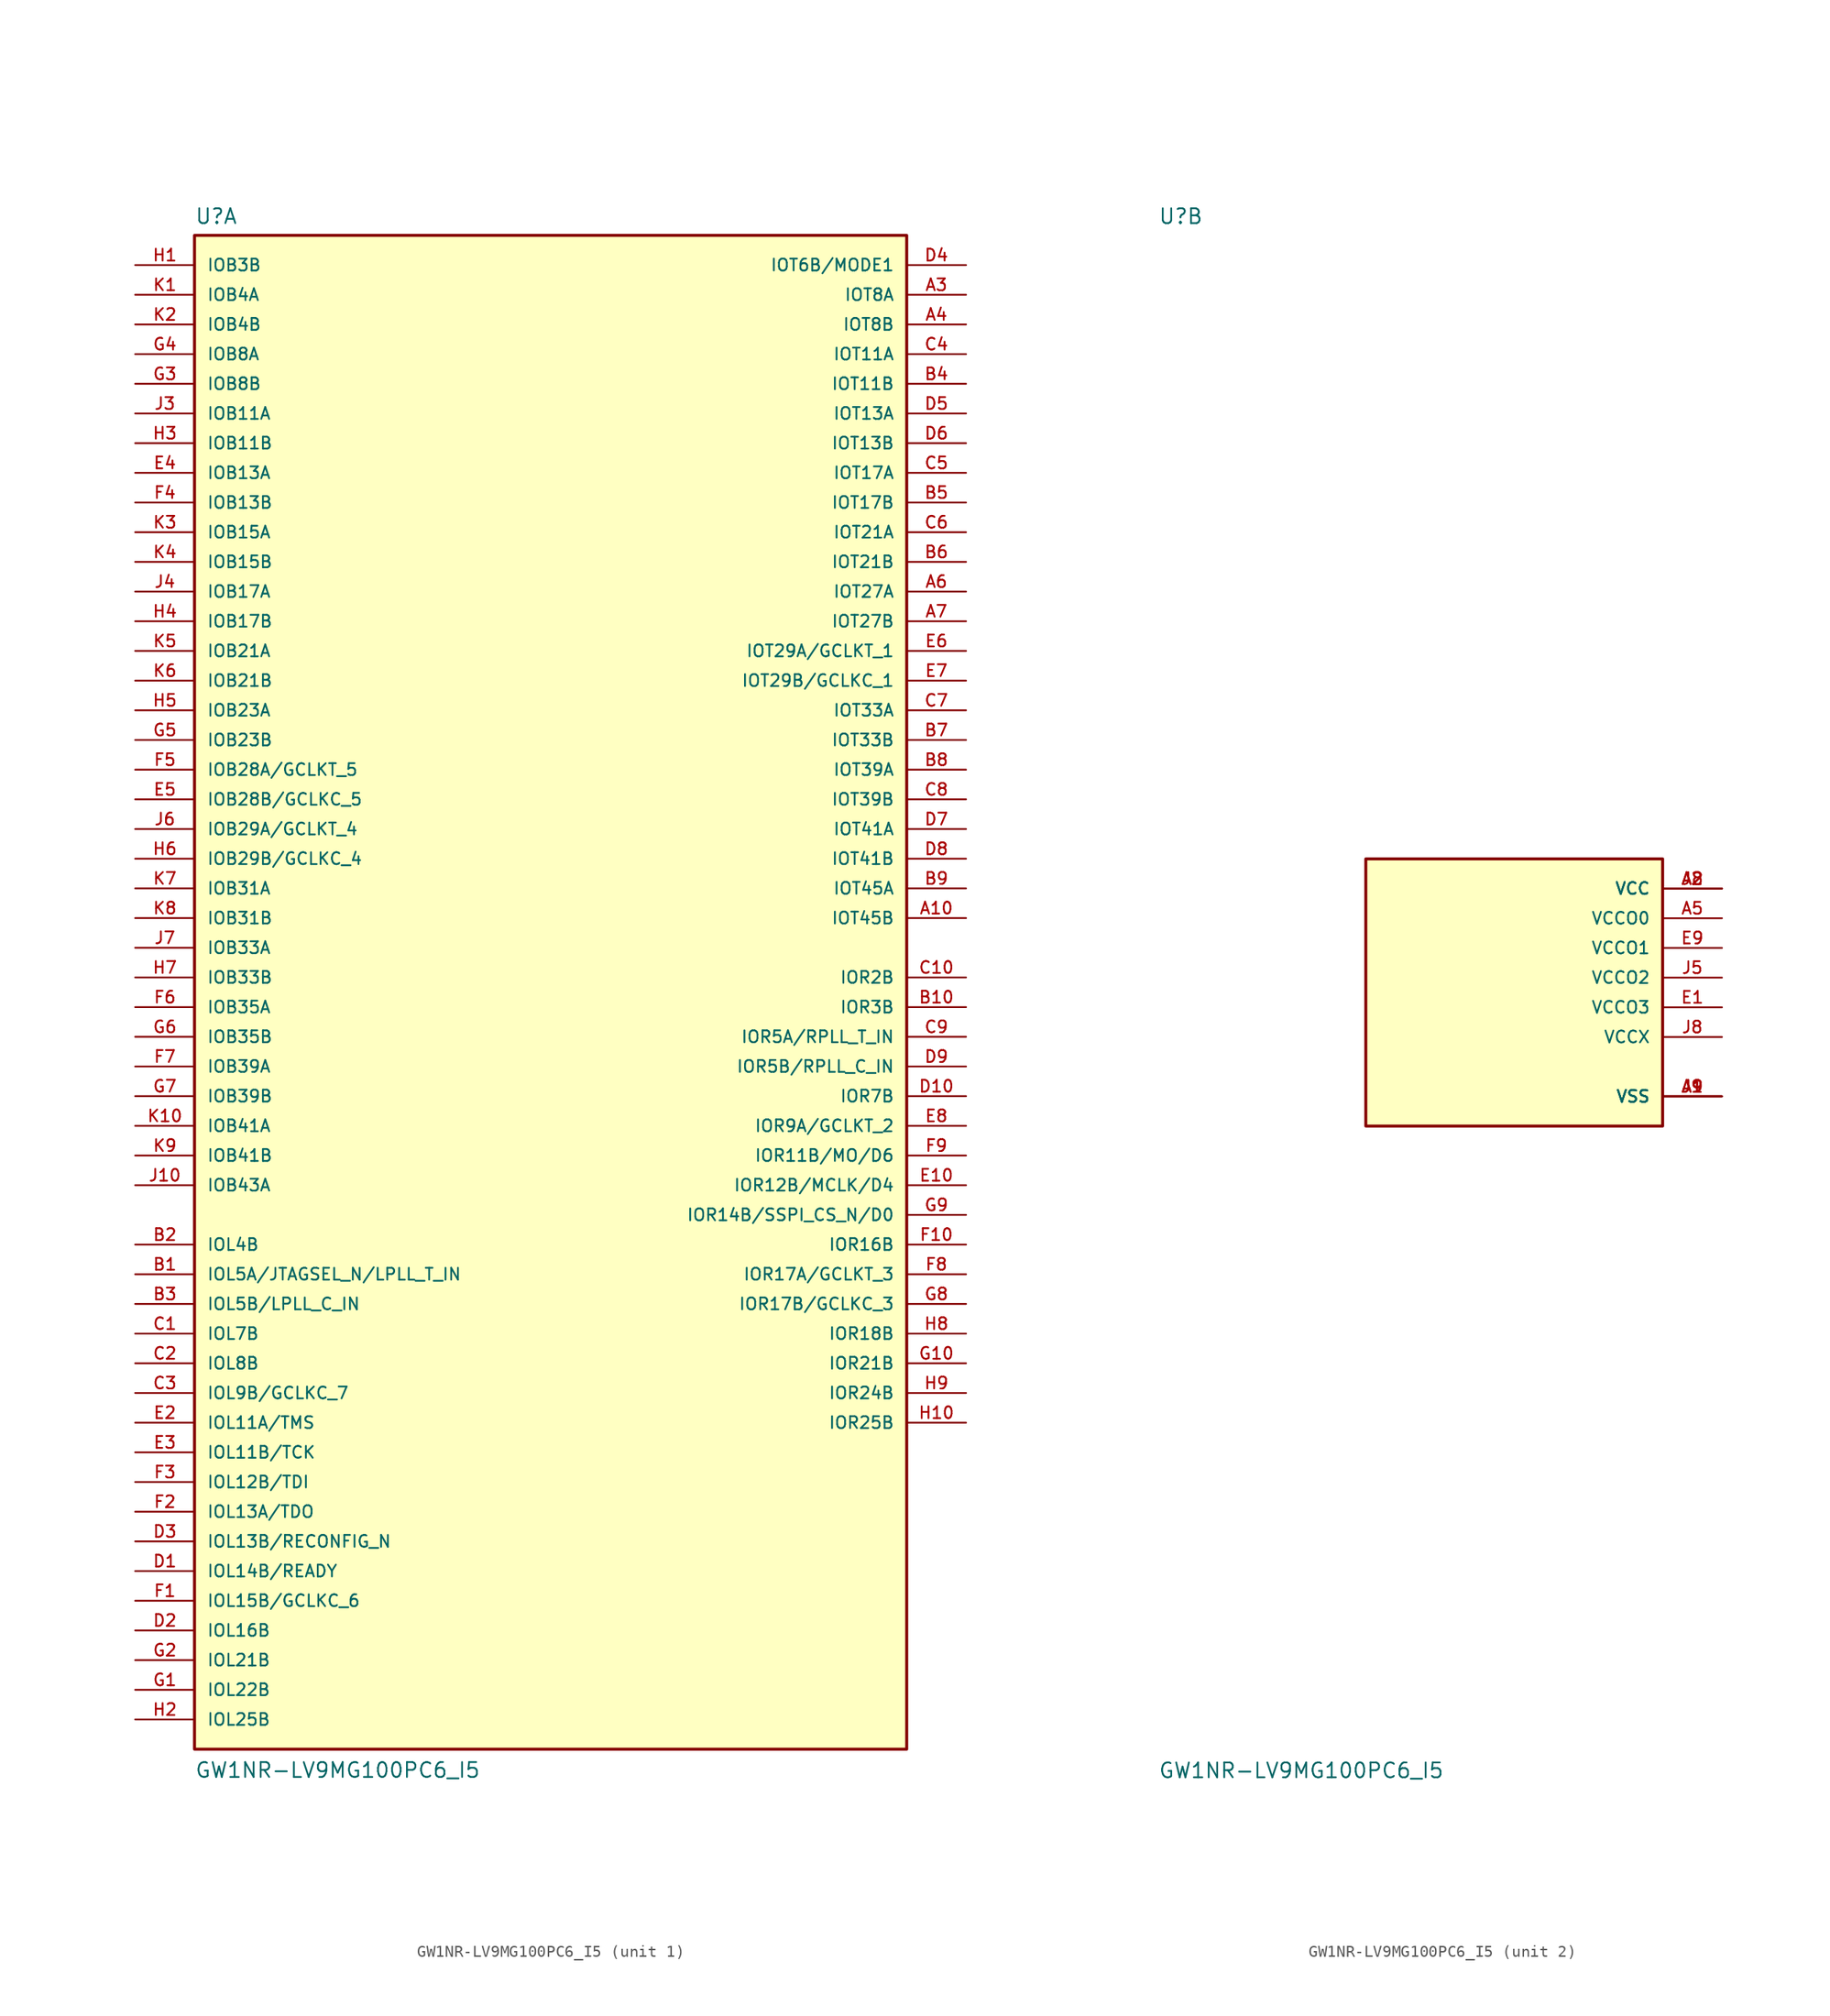
<source format=kicad_sym>
(kicad_symbol_lib
  (version 20241209)
  (generator "kicad_symbol_editor")
  (generator_version "9.0")
  (symbol "GW1NR-LV9MG100PC6_I5"
    (pin_names
      (offset 1.016))
    (property "Reference" "U"
      (at -30.48 64.389 0)
      (effects (font (size 1.27 1.27)) (justify left bottom)))
    (property "Value" "GW1NR-LV9MG100PC6_I5"
      (at -30.48 -68.58 0)
      (effects (font (size 1.27 1.27)) (justify left bottom)))
    (symbol "GW1NR-LV9MG100PC6_I5_1_0"
      (rectangle (start -30.48 -66.04) (end 30.48 63.5) (stroke (width 0.254) (type default)) (fill (type background)))
      (pin bidirectional line (at -35.56 60.96 0) (length 5.08) (name "IOB3B" (effects (font (size 1.016 1.016)))) (number "H1" (effects (font (size 1.016 1.016)))))
      (pin bidirectional line (at -35.56 58.42 0) (length 5.08) (name "IOB4A" (effects (font (size 1.016 1.016)))) (number "K1" (effects (font (size 1.016 1.016)))))
      (pin bidirectional line (at -35.56 55.88 0) (length 5.08) (name "IOB4B" (effects (font (size 1.016 1.016)))) (number "K2" (effects (font (size 1.016 1.016)))))
      (pin bidirectional line (at -35.56 53.34 0) (length 5.08) (name "IOB8A" (effects (font (size 1.016 1.016)))) (number "G4" (effects (font (size 1.016 1.016)))))
      (pin bidirectional line (at -35.56 50.8 0) (length 5.08) (name "IOB8B" (effects (font (size 1.016 1.016)))) (number "G3" (effects (font (size 1.016 1.016)))))
      (pin bidirectional line (at -35.56 48.26 0) (length 5.08) (name "IOB11A" (effects (font (size 1.016 1.016)))) (number "J3" (effects (font (size 1.016 1.016)))))
      (pin bidirectional line (at -35.56 45.72 0) (length 5.08) (name "IOB11B" (effects (font (size 1.016 1.016)))) (number "H3" (effects (font (size 1.016 1.016)))))
      (pin bidirectional line (at -35.56 43.18 0) (length 5.08) (name "IOB13A" (effects (font (size 1.016 1.016)))) (number "E4" (effects (font (size 1.016 1.016)))))
      (pin bidirectional line (at -35.56 40.64 0) (length 5.08) (name "IOB13B" (effects (font (size 1.016 1.016)))) (number "F4" (effects (font (size 1.016 1.016)))))
      (pin bidirectional line (at -35.56 38.1 0) (length 5.08) (name "IOB15A" (effects (font (size 1.016 1.016)))) (number "K3" (effects (font (size 1.016 1.016)))))
      (pin bidirectional line (at -35.56 35.56 0) (length 5.08) (name "IOB15B" (effects (font (size 1.016 1.016)))) (number "K4" (effects (font (size 1.016 1.016)))))
      (pin bidirectional line (at -35.56 33.02 0) (length 5.08) (name "IOB17A" (effects (font (size 1.016 1.016)))) (number "J4" (effects (font (size 1.016 1.016)))))
      (pin bidirectional line (at -35.56 30.48 0) (length 5.08) (name "IOB17B" (effects (font (size 1.016 1.016)))) (number "H4" (effects (font (size 1.016 1.016)))))
      (pin bidirectional line (at -35.56 27.94 0) (length 5.08) (name "IOB21A" (effects (font (size 1.016 1.016)))) (number "K5" (effects (font (size 1.016 1.016)))))
      (pin bidirectional line (at -35.56 25.4 0) (length 5.08) (name "IOB21B" (effects (font (size 1.016 1.016)))) (number "K6" (effects (font (size 1.016 1.016)))))
      (pin bidirectional line (at -35.56 22.86 0) (length 5.08) (name "IOB23A" (effects (font (size 1.016 1.016)))) (number "H5" (effects (font (size 1.016 1.016)))))
      (pin bidirectional line (at -35.56 20.32 0) (length 5.08) (name "IOB23B" (effects (font (size 1.016 1.016)))) (number "G5" (effects (font (size 1.016 1.016)))))
      (pin bidirectional line (at -35.56 17.78 0) (length 5.08) (name "IOB28A/GCLKT_5" (effects (font (size 1.016 1.016)))) (number "F5" (effects (font (size 1.016 1.016)))))
      (pin bidirectional line (at -35.56 15.24 0) (length 5.08) (name "IOB28B/GCLKC_5" (effects (font (size 1.016 1.016)))) (number "E5" (effects (font (size 1.016 1.016)))))
      (pin bidirectional line (at -35.56 12.7 0) (length 5.08) (name "IOB29A/GCLKT_4" (effects (font (size 1.016 1.016)))) (number "J6" (effects (font (size 1.016 1.016)))))
      (pin bidirectional line (at -35.56 10.16 0) (length 5.08) (name "IOB29B/GCLKC_4" (effects (font (size 1.016 1.016)))) (number "H6" (effects (font (size 1.016 1.016)))))
      (pin bidirectional line (at -35.56 7.62 0) (length 5.08) (name "IOB31A" (effects (font (size 1.016 1.016)))) (number "K7" (effects (font (size 1.016 1.016)))))
      (pin bidirectional line (at -35.56 5.08 0) (length 5.08) (name "IOB31B" (effects (font (size 1.016 1.016)))) (number "K8" (effects (font (size 1.016 1.016)))))
      (pin bidirectional line (at -35.56 2.54 0) (length 5.08) (name "IOB33A" (effects (font (size 1.016 1.016)))) (number "J7" (effects (font (size 1.016 1.016)))))
      (pin bidirectional line (at -35.56 0 0) (length 5.08) (name "IOB33B" (effects (font (size 1.016 1.016)))) (number "H7" (effects (font (size 1.016 1.016)))))
      (pin bidirectional line (at -35.56 -2.54 0) (length 5.08) (name "IOB35A" (effects (font (size 1.016 1.016)))) (number "F6" (effects (font (size 1.016 1.016)))))
      (pin bidirectional line (at -35.56 -5.08 0) (length 5.08) (name "IOB35B" (effects (font (size 1.016 1.016)))) (number "G6" (effects (font (size 1.016 1.016)))))
      (pin bidirectional line (at -35.56 -7.62 0) (length 5.08) (name "IOB39A" (effects (font (size 1.016 1.016)))) (number "F7" (effects (font (size 1.016 1.016)))))
      (pin bidirectional line (at -35.56 -10.16 0) (length 5.08) (name "IOB39B" (effects (font (size 1.016 1.016)))) (number "G7" (effects (font (size 1.016 1.016)))))
      (pin bidirectional line (at -35.56 -12.7 0) (length 5.08) (name "IOB41A" (effects (font (size 1.016 1.016)))) (number "K10" (effects (font (size 1.016 1.016)))))
      (pin bidirectional line (at -35.56 -15.24 0) (length 5.08) (name "IOB41B" (effects (font (size 1.016 1.016)))) (number "K9" (effects (font (size 1.016 1.016)))))
      (pin bidirectional line (at -35.56 -17.78 0) (length 5.08) (name "IOB43A" (effects (font (size 1.016 1.016)))) (number "J10" (effects (font (size 1.016 1.016)))))
      (pin bidirectional line (at -35.56 -22.86 0) (length 5.08) (name "IOL4B" (effects (font (size 1.016 1.016)))) (number "B2" (effects (font (size 1.016 1.016)))))
      (pin bidirectional line (at -35.56 -25.4 0) (length 5.08) (name "IOL5A/JTAGSEL_N/LPLL_T_IN" (effects (font (size 1.016 1.016)))) (number "B1" (effects (font (size 1.016 1.016)))))
      (pin bidirectional line (at -35.56 -27.94 0) (length 5.08) (name "IOL5B/LPLL_C_IN" (effects (font (size 1.016 1.016)))) (number "B3" (effects (font (size 1.016 1.016)))))
      (pin bidirectional line (at -35.56 -30.48 0) (length 5.08) (name "IOL7B" (effects (font (size 1.016 1.016)))) (number "C1" (effects (font (size 1.016 1.016)))))
      (pin bidirectional line (at -35.56 -33.02 0) (length 5.08) (name "IOL8B" (effects (font (size 1.016 1.016)))) (number "C2" (effects (font (size 1.016 1.016)))))
      (pin bidirectional line (at -35.56 -35.56 0) (length 5.08) (name "IOL9B/GCLKC_7" (effects (font (size 1.016 1.016)))) (number "C3" (effects (font (size 1.016 1.016)))))
      (pin bidirectional line (at -35.56 -38.1 0) (length 5.08) (name "IOL11A/TMS" (effects (font (size 1.016 1.016)))) (number "E2" (effects (font (size 1.016 1.016)))))
      (pin bidirectional line (at -35.56 -40.64 0) (length 5.08) (name "IOL11B/TCK" (effects (font (size 1.016 1.016)))) (number "E3" (effects (font (size 1.016 1.016)))))
      (pin bidirectional line (at -35.56 -43.18 0) (length 5.08) (name "IOL12B/TDI" (effects (font (size 1.016 1.016)))) (number "F3" (effects (font (size 1.016 1.016)))))
      (pin bidirectional line (at -35.56 -45.72 0) (length 5.08) (name "IOL13A/TDO" (effects (font (size 1.016 1.016)))) (number "F2" (effects (font (size 1.016 1.016)))))
      (pin bidirectional line (at -35.56 -48.26 0) (length 5.08) (name "IOL13B/RECONFIG_N" (effects (font (size 1.016 1.016)))) (number "D3" (effects (font (size 1.016 1.016)))))
      (pin bidirectional line (at -35.56 -50.8 0) (length 5.08) (name "IOL14B/READY" (effects (font (size 1.016 1.016)))) (number "D1" (effects (font (size 1.016 1.016)))))
      (pin bidirectional line (at -35.56 -53.34 0) (length 5.08) (name "IOL15B/GCLKC_6" (effects (font (size 1.016 1.016)))) (number "F1" (effects (font (size 1.016 1.016)))))
      (pin bidirectional line (at -35.56 -55.88 0) (length 5.08) (name "IOL16B" (effects (font (size 1.016 1.016)))) (number "D2" (effects (font (size 1.016 1.016)))))
      (pin bidirectional line (at -35.56 -58.42 0) (length 5.08) (name "IOL21B" (effects (font (size 1.016 1.016)))) (number "G2" (effects (font (size 1.016 1.016)))))
      (pin bidirectional line (at -35.56 -60.96 0) (length 5.08) (name "IOL22B" (effects (font (size 1.016 1.016)))) (number "G1" (effects (font (size 1.016 1.016)))))
      (pin bidirectional line (at -35.56 -63.5 0) (length 5.08) (name "IOL25B" (effects (font (size 1.016 1.016)))) (number "H2" (effects (font (size 1.016 1.016)))))
      (pin bidirectional line (at 35.56 60.96 180) (length 5.08) (name "IOT6B/MODE1" (effects (font (size 1.016 1.016)))) (number "D4" (effects (font (size 1.016 1.016)))))
      (pin bidirectional line (at 35.56 58.42 180) (length 5.08) (name "IOT8A" (effects (font (size 1.016 1.016)))) (number "A3" (effects (font (size 1.016 1.016)))))
      (pin bidirectional line (at 35.56 55.88 180) (length 5.08) (name "IOT8B" (effects (font (size 1.016 1.016)))) (number "A4" (effects (font (size 1.016 1.016)))))
      (pin bidirectional line (at 35.56 53.34 180) (length 5.08) (name "IOT11A" (effects (font (size 1.016 1.016)))) (number "C4" (effects (font (size 1.016 1.016)))))
      (pin bidirectional line (at 35.56 50.8 180) (length 5.08) (name "IOT11B" (effects (font (size 1.016 1.016)))) (number "B4" (effects (font (size 1.016 1.016)))))
      (pin bidirectional line (at 35.56 48.26 180) (length 5.08) (name "IOT13A" (effects (font (size 1.016 1.016)))) (number "D5" (effects (font (size 1.016 1.016)))))
      (pin bidirectional line (at 35.56 45.72 180) (length 5.08) (name "IOT13B" (effects (font (size 1.016 1.016)))) (number "D6" (effects (font (size 1.016 1.016)))))
      (pin bidirectional line (at 35.56 43.18 180) (length 5.08) (name "IOT17A" (effects (font (size 1.016 1.016)))) (number "C5" (effects (font (size 1.016 1.016)))))
      (pin bidirectional line (at 35.56 40.64 180) (length 5.08) (name "IOT17B" (effects (font (size 1.016 1.016)))) (number "B5" (effects (font (size 1.016 1.016)))))
      (pin bidirectional line (at 35.56 38.1 180) (length 5.08) (name "IOT21A" (effects (font (size 1.016 1.016)))) (number "C6" (effects (font (size 1.016 1.016)))))
      (pin bidirectional line (at 35.56 35.56 180) (length 5.08) (name "IOT21B" (effects (font (size 1.016 1.016)))) (number "B6" (effects (font (size 1.016 1.016)))))
      (pin bidirectional line (at 35.56 33.02 180) (length 5.08) (name "IOT27A" (effects (font (size 1.016 1.016)))) (number "A6" (effects (font (size 1.016 1.016)))))
      (pin bidirectional line (at 35.56 30.48 180) (length 5.08) (name "IOT27B" (effects (font (size 1.016 1.016)))) (number "A7" (effects (font (size 1.016 1.016)))))
      (pin bidirectional line (at 35.56 27.94 180) (length 5.08) (name "IOT29A/GCLKT_1" (effects (font (size 1.016 1.016)))) (number "E6" (effects (font (size 1.016 1.016)))))
      (pin bidirectional line (at 35.56 25.4 180) (length 5.08) (name "IOT29B/GCLKC_1" (effects (font (size 1.016 1.016)))) (number "E7" (effects (font (size 1.016 1.016)))))
      (pin bidirectional line (at 35.56 22.86 180) (length 5.08) (name "IOT33A" (effects (font (size 1.016 1.016)))) (number "C7" (effects (font (size 1.016 1.016)))))
      (pin bidirectional line (at 35.56 20.32 180) (length 5.08) (name "IOT33B" (effects (font (size 1.016 1.016)))) (number "B7" (effects (font (size 1.016 1.016)))))
      (pin bidirectional line (at 35.56 17.78 180) (length 5.08) (name "IOT39A" (effects (font (size 1.016 1.016)))) (number "B8" (effects (font (size 1.016 1.016)))))
      (pin bidirectional line (at 35.56 15.24 180) (length 5.08) (name "IOT39B" (effects (font (size 1.016 1.016)))) (number "C8" (effects (font (size 1.016 1.016)))))
      (pin bidirectional line (at 35.56 12.7 180) (length 5.08) (name "IOT41A" (effects (font (size 1.016 1.016)))) (number "D7" (effects (font (size 1.016 1.016)))))
      (pin bidirectional line (at 35.56 10.16 180) (length 5.08) (name "IOT41B" (effects (font (size 1.016 1.016)))) (number "D8" (effects (font (size 1.016 1.016)))))
      (pin bidirectional line (at 35.56 7.62 180) (length 5.08) (name "IOT45A" (effects (font (size 1.016 1.016)))) (number "B9" (effects (font (size 1.016 1.016)))))
      (pin bidirectional line (at 35.56 5.08 180) (length 5.08) (name "IOT45B" (effects (font (size 1.016 1.016)))) (number "A10" (effects (font (size 1.016 1.016)))))
      (pin bidirectional line (at 35.56 0 180) (length 5.08) (name "IOR2B" (effects (font (size 1.016 1.016)))) (number "C10" (effects (font (size 1.016 1.016)))))
      (pin bidirectional line (at 35.56 -2.54 180) (length 5.08) (name "IOR3B" (effects (font (size 1.016 1.016)))) (number "B10" (effects (font (size 1.016 1.016)))))
      (pin bidirectional line (at 35.56 -5.08 180) (length 5.08) (name "IOR5A/RPLL_T_IN" (effects (font (size 1.016 1.016)))) (number "C9" (effects (font (size 1.016 1.016)))))
      (pin bidirectional line (at 35.56 -7.62 180) (length 5.08) (name "IOR5B/RPLL_C_IN" (effects (font (size 1.016 1.016)))) (number "D9" (effects (font (size 1.016 1.016)))))
      (pin bidirectional line (at 35.56 -10.16 180) (length 5.08) (name "IOR7B" (effects (font (size 1.016 1.016)))) (number "D10" (effects (font (size 1.016 1.016)))))
      (pin bidirectional line (at 35.56 -12.7 180) (length 5.08) (name "IOR9A/GCLKT_2" (effects (font (size 1.016 1.016)))) (number "E8" (effects (font (size 1.016 1.016)))))
      (pin bidirectional line (at 35.56 -15.24 180) (length 5.08) (name "IOR11B/MO/D6" (effects (font (size 1.016 1.016)))) (number "F9" (effects (font (size 1.016 1.016)))))
      (pin bidirectional line (at 35.56 -17.78 180) (length 5.08) (name "IOR12B/MCLK/D4" (effects (font (size 1.016 1.016)))) (number "E10" (effects (font (size 1.016 1.016)))))
      (pin bidirectional line (at 35.56 -20.32 180) (length 5.08) (name "IOR14B/SSPI_CS_N/D0" (effects (font (size 1.016 1.016)))) (number "G9" (effects (font (size 1.016 1.016)))))
      (pin bidirectional line (at 35.56 -22.86 180) (length 5.08) (name "IOR16B" (effects (font (size 1.016 1.016)))) (number "F10" (effects (font (size 1.016 1.016)))))
      (pin bidirectional line (at 35.56 -25.4 180) (length 5.08) (name "IOR17A/GCLKT_3" (effects (font (size 1.016 1.016)))) (number "F8" (effects (font (size 1.016 1.016)))))
      (pin bidirectional line (at 35.56 -27.94 180) (length 5.08) (name "IOR17B/GCLKC_3" (effects (font (size 1.016 1.016)))) (number "G8" (effects (font (size 1.016 1.016)))))
      (pin bidirectional line (at 35.56 -30.48 180) (length 5.08) (name "IOR18B" (effects (font (size 1.016 1.016)))) (number "H8" (effects (font (size 1.016 1.016)))))
      (pin bidirectional line (at 35.56 -33.02 180) (length 5.08) (name "IOR21B" (effects (font (size 1.016 1.016)))) (number "G10" (effects (font (size 1.016 1.016)))))
      (pin bidirectional line (at 35.56 -35.56 180) (length 5.08) (name "IOR24B" (effects (font (size 1.016 1.016)))) (number "H9" (effects (font (size 1.016 1.016)))))
      (pin bidirectional line (at 35.56 -38.1 180) (length 5.08) (name "IOR25B" (effects (font (size 1.016 1.016)))) (number "H10" (effects (font (size 1.016 1.016))))))
    (symbol "GW1NR-LV9MG100PC6_I5_2_0"
      (rectangle (start -12.7 -12.7) (end 12.7 10.16) (stroke (width 0.254) (type default)) (fill (type background)))
      (pin power_in line (at 17.78 7.62 180) (length 5.08) (name "VCC" (effects (font (size 1.016 1.016)))) (number "A2" (effects (font (size 1.016 1.016)))))
      (pin power_in line (at 17.78 7.62 180) (length 5.08) (name "VCC" (effects (font (size 1.016 1.016)))) (number "A8" (effects (font (size 1.016 1.016)))))
      (pin power_in line (at 17.78 7.62 180) (length 5.08) (name "VCC" (effects (font (size 1.016 1.016)))) (number "J2" (effects (font (size 1.016 1.016)))))
      (pin power_in line (at 17.78 5.08 180) (length 5.08) (name "VCCO0" (effects (font (size 1.016 1.016)))) (number "A5" (effects (font (size 1.016 1.016)))))
      (pin power_in line (at 17.78 2.54 180) (length 5.08) (name "VCCO1" (effects (font (size 1.016 1.016)))) (number "E9" (effects (font (size 1.016 1.016)))))
      (pin power_in line (at 17.78 0 180) (length 5.08) (name "VCCO2" (effects (font (size 1.016 1.016)))) (number "J5" (effects (font (size 1.016 1.016)))))
      (pin power_in line (at 17.78 -2.54 180) (length 5.08) (name "VCCO3" (effects (font (size 1.016 1.016)))) (number "E1" (effects (font (size 1.016 1.016)))))
      (pin power_in line (at 17.78 -5.08 180) (length 5.08) (name "VCCX" (effects (font (size 1.016 1.016)))) (number "J8" (effects (font (size 1.016 1.016)))))
      (pin power_in line (at 17.78 -10.16 180) (length 5.08) (name "VSS" (effects (font (size 1.016 1.016)))) (number "A1" (effects (font (size 1.016 1.016)))))
      (pin power_in line (at 17.78 -10.16 180) (length 5.08) (name "VSS" (effects (font (size 1.016 1.016)))) (number "A9" (effects (font (size 1.016 1.016)))))
      (pin power_in line (at 17.78 -10.16 180) (length 5.08) (name "VSS" (effects (font (size 1.016 1.016)))) (number "J1" (effects (font (size 1.016 1.016)))))
      (pin power_in line (at 17.78 -10.16 180) (length 5.08) (name "VSS" (effects (font (size 1.016 1.016)))) (number "J9" (effects (font (size 1.016 1.016))))))))
</source>
